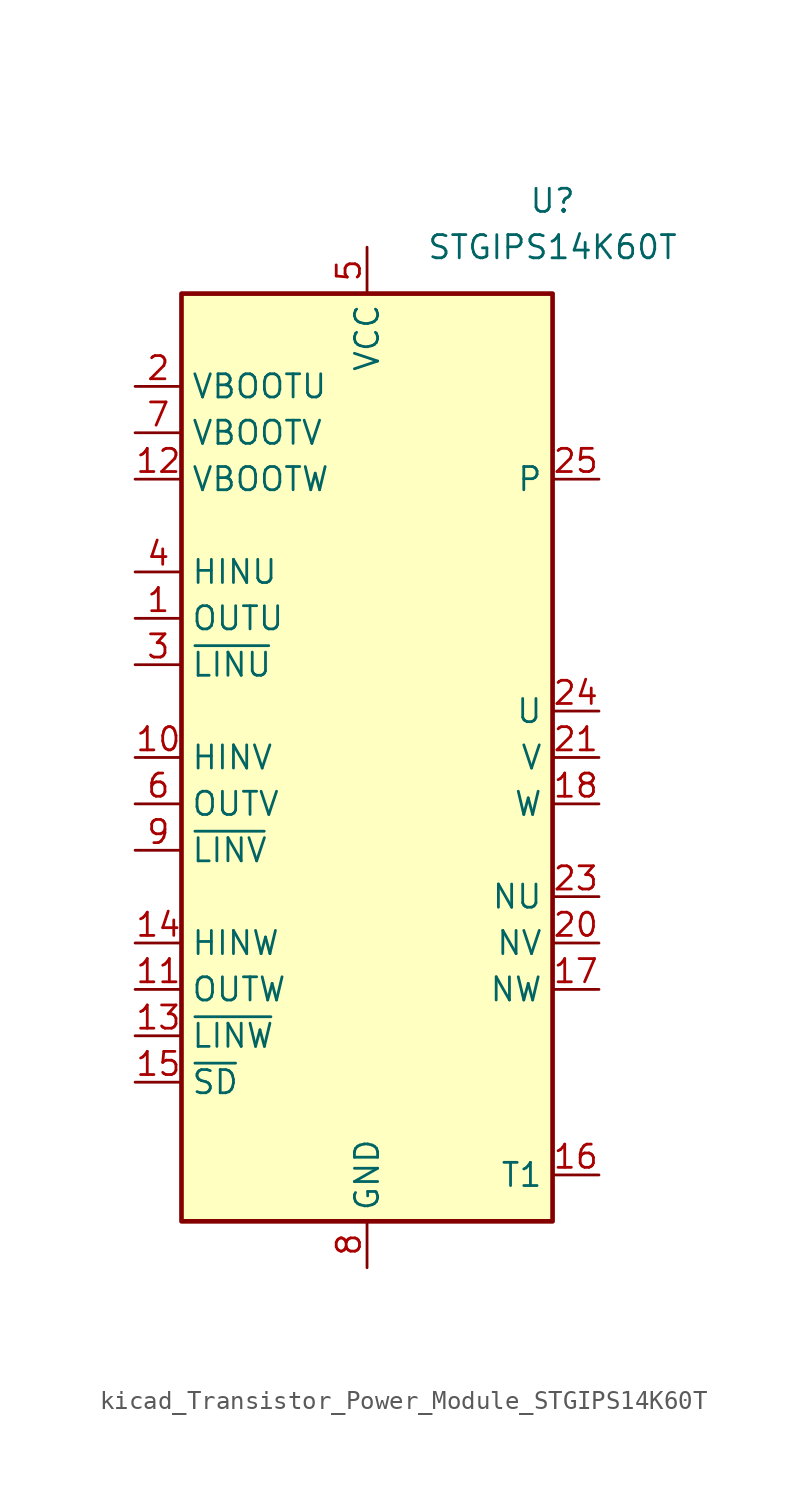
<source format=kicad_sym>
(kicad_symbol_lib
  (version 20220914)
  (generator kicad_symbol_editor)
  (symbol "kicad_Transistor_Power_Module_STGIPS14K60T"
    (property "Reference" "U"
      (at 10.16 30.48 0)
      (effects (font (size 1.27 1.27))))
    (property "Value" "STGIPS14K60T"
      (at 10.16 27.94 0)
      (effects (font (size 1.27 1.27))))
    (symbol "kicad_Transistor_Power_Module_STGIPS14K60T_0_1"
      (rectangle (start -10.16 25.4) (end 10.16 -25.4) (stroke (width 0.254) (type default)) (fill (type background))))
    (symbol "kicad_Transistor_Power_Module_STGIPS14K60T_1_1"
      (pin output line (at -12.7 7.62 0) (length 2.54) (name "OUTU" (effects (font (size 1.27 1.27)))) (number "1" (effects (font (size 1.27 1.27)))))
      (pin input line (at -12.7 0 0) (length 2.54) (name "HINV" (effects (font (size 1.27 1.27)))) (number "10" (effects (font (size 1.27 1.27)))))
      (pin output line (at -12.7 -12.7 0) (length 2.54) (name "OUTW" (effects (font (size 1.27 1.27)))) (number "11" (effects (font (size 1.27 1.27)))))
      (pin passive line (at -12.7 15.24 0) (length 2.54) (name "VBOOTW" (effects (font (size 1.27 1.27)))) (number "12" (effects (font (size 1.27 1.27)))))
      (pin input line (at -12.7 -15.24 0) (length 2.54) (name "~{LINW}" (effects (font (size 1.27 1.27)))) (number "13" (effects (font (size 1.27 1.27)))))
      (pin input line (at -12.7 -10.16 0) (length 2.54) (name "HINW" (effects (font (size 1.27 1.27)))) (number "14" (effects (font (size 1.27 1.27)))))
      (pin input line (at -12.7 -17.78 0) (length 2.54) (name "~{SD}" (effects (font (size 1.27 1.27)))) (number "15" (effects (font (size 1.27 1.27)))))
      (pin passive line (at 12.7 -22.86 180) (length 2.54) (name "T1" (effects (font (size 1.27 1.27)))) (number "16" (effects (font (size 1.27 1.27)))))
      (pin passive line (at 12.7 -12.7 180) (length 2.54) (name "NW" (effects (font (size 1.27 1.27)))) (number "17" (effects (font (size 1.27 1.27)))))
      (pin passive line (at 12.7 -2.54 180) (length 2.54) (name "W" (effects (font (size 1.27 1.27)))) (number "18" (effects (font (size 1.27 1.27)))))
      (pin passive line (at 12.7 15.24 180) (length 2.54) hide (name "P" (effects (font (size 1.27 1.27)))) (number "19" (effects (font (size 1.27 1.27)))))
      (pin passive line (at -12.7 20.32 0) (length 2.54) (name "VBOOTU" (effects (font (size 1.27 1.27)))) (number "2" (effects (font (size 1.27 1.27)))))
      (pin passive line (at 12.7 -10.16 180) (length 2.54) (name "NV" (effects (font (size 1.27 1.27)))) (number "20" (effects (font (size 1.27 1.27)))))
      (pin passive line (at 12.7 0 180) (length 2.54) (name "V" (effects (font (size 1.27 1.27)))) (number "21" (effects (font (size 1.27 1.27)))))
      (pin passive line (at 12.7 15.24 180) (length 2.54) hide (name "P" (effects (font (size 1.27 1.27)))) (number "22" (effects (font (size 1.27 1.27)))))
      (pin passive line (at 12.7 -7.62 180) (length 2.54) (name "NU" (effects (font (size 1.27 1.27)))) (number "23" (effects (font (size 1.27 1.27)))))
      (pin passive line (at 12.7 2.54 180) (length 2.54) (name "U" (effects (font (size 1.27 1.27)))) (number "24" (effects (font (size 1.27 1.27)))))
      (pin passive line (at 12.7 15.24 180) (length 2.54) (name "P" (effects (font (size 1.27 1.27)))) (number "25" (effects (font (size 1.27 1.27)))))
      (pin input line (at -12.7 5.08 0) (length 2.54) (name "~{LINU}" (effects (font (size 1.27 1.27)))) (number "3" (effects (font (size 1.27 1.27)))))
      (pin input line (at -12.7 10.16 0) (length 2.54) (name "HINU" (effects (font (size 1.27 1.27)))) (number "4" (effects (font (size 1.27 1.27)))))
      (pin power_in line (at 0 27.94 270) (length 2.54) (name "VCC" (effects (font (size 1.27 1.27)))) (number "5" (effects (font (size 1.27 1.27)))))
      (pin output line (at -12.7 -2.54 0) (length 2.54) (name "OUTV" (effects (font (size 1.27 1.27)))) (number "6" (effects (font (size 1.27 1.27)))))
      (pin passive line (at -12.7 17.78 0) (length 2.54) (name "VBOOTV" (effects (font (size 1.27 1.27)))) (number "7" (effects (font (size 1.27 1.27)))))
      (pin power_in line (at 0 -27.94 90) (length 2.54) (name "GND" (effects (font (size 1.27 1.27)))) (number "8" (effects (font (size 1.27 1.27)))))
      (pin input line (at -12.7 -5.08 0) (length 2.54) (name "~{LINV}" (effects (font (size 1.27 1.27)))) (number "9" (effects (font (size 1.27 1.27))))))))
</source>
